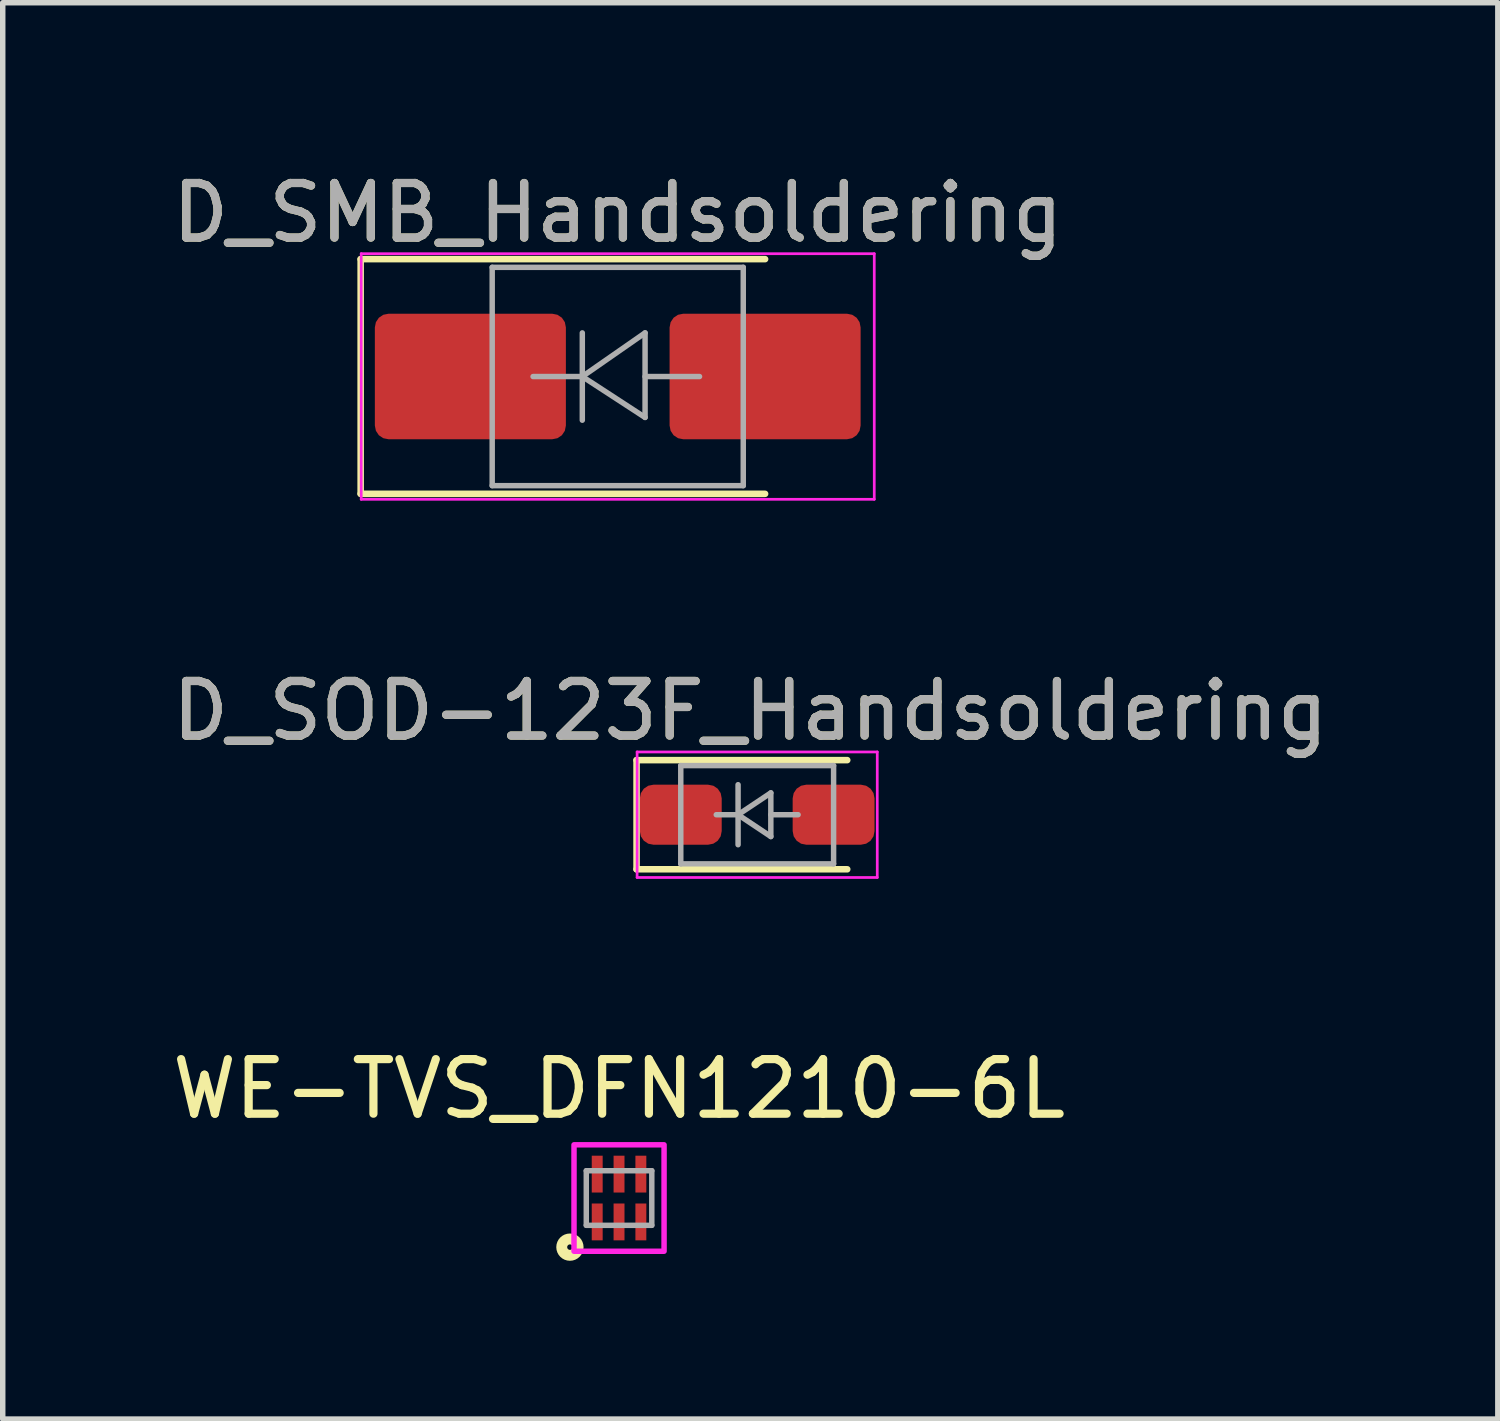
<source format=kicad_pcb>
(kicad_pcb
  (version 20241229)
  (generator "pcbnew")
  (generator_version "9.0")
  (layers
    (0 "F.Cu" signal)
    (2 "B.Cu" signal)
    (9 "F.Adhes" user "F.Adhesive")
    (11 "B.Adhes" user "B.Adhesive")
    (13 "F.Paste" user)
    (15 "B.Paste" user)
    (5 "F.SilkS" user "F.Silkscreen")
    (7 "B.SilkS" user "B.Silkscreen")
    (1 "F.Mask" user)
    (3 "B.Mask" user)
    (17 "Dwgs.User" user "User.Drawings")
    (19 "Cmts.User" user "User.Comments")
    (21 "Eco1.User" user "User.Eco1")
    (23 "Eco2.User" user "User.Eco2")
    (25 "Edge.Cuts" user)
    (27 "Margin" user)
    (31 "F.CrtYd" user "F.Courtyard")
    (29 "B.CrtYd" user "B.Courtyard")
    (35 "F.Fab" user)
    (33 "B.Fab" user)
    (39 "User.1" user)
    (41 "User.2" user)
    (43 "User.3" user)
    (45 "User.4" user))
  (footprint "D_SMB_Handsoldering"
    (layer "F.Cu")
    (at 8.268 3.848)
    (property "Reference" "D_SMB_Handsoldering" (at 0 -3 0) (layer "F.SilkS") (effects (font (size 1 1) (thickness 0.15))))
    (attr smd)
    (fp_line (start -4.71 -2.15) (end -4.71 2.15) (stroke (width 0.12) (type solid)) (layer "F.SilkS"))
    (fp_line (start -4.71 -2.15) (end 2.7 -2.15) (stroke (width 0.12) (type solid)) (layer "F.SilkS"))
    (fp_line (start -4.71 2.15) (end 2.7 2.15) (stroke (width 0.12) (type solid)) (layer "F.SilkS"))
    (fp_line (start -4.7 -2.25) (end 4.7 -2.25) (stroke (width 0.05) (type solid)) (layer "F.CrtYd"))
    (fp_line (start -4.7 2.25) (end -4.7 -2.25) (stroke (width 0.05) (type solid)) (layer "F.CrtYd"))
    (fp_line (start 4.7 -2.25) (end 4.7 2.25) (stroke (width 0.05) (type solid)) (layer "F.CrtYd"))
    (fp_line (start 4.7 2.25) (end -4.7 2.25) (stroke (width 0.05) (type solid)) (layer "F.CrtYd"))
    (fp_line (start -2.3 2) (end -2.3 -2) (stroke (width 0.1) (type solid)) (layer "F.Fab"))
    (fp_line (start -0.649 -0.799) (end -0.649 0.801) (stroke (width 0.1) (type solid)) (layer "F.Fab"))
    (fp_line (start -0.649 0.001) (end -1.551 0.001) (stroke (width 0.1) (type solid)) (layer "F.Fab"))
    (fp_line (start -0.649 0.001) (end 0.501 -0.799) (stroke (width 0.1) (type solid)) (layer "F.Fab"))
    (fp_line (start -0.649 0.001) (end 0.501 0.75) (stroke (width 0.1) (type solid)) (layer "F.Fab"))
    (fp_line (start 0.501 0.001) (end 1.499 0.001) (stroke (width 0.1) (type solid)) (layer "F.Fab"))
    (fp_line (start 0.501 0.75) (end 0.501 -0.799) (stroke (width 0.1) (type solid)) (layer "F.Fab"))
    (fp_line (start 2.3 -2) (end -2.3 -2) (stroke (width 0.1) (type solid)) (layer "F.Fab"))
    (fp_line (start 2.3 -2) (end 2.3 2) (stroke (width 0.1) (type solid)) (layer "F.Fab"))
    (fp_line (start 2.3 2) (end -2.3 2) (stroke (width 0.1) (type solid)) (layer "F.Fab"))
    (fp_text user "${REFERENCE}" (at 0 -3 0) (layer "F.Fab") (effects (font (size 1 1) (thickness 0.15))))
    (pad "1" smd roundrect (at -2.7 0) (size 3.5 2.3) (layers "F.Cu" "F.Mask" "F.Paste") (roundrect_rratio 0.109))
    (pad "2" smd roundrect (at 2.7 0) (size 3.5 2.3) (layers "F.Cu" "F.Mask" "F.Paste") (roundrect_rratio 0.109)))
  (footprint "D_SOD-123F_Handsoldering"
    (layer "F.Cu")
    (at 10.823 11.877)
    (property "Reference" "D_SOD-123F_Handsoldering" (at -0.127 -1.905 0) (layer "F.SilkS") (effects (font (size 1 1) (thickness 0.15))))
    (attr smd)
    (fp_line (start -2.21 -1) (end -2.21 1) (stroke (width 0.12) (type solid)) (layer "F.SilkS"))
    (fp_line (start -2.21 -1) (end 1.65 -1) (stroke (width 0.12) (type solid)) (layer "F.SilkS"))
    (fp_line (start -2.21 1) (end 1.65 1) (stroke (width 0.12) (type solid)) (layer "F.SilkS"))
    (fp_line (start -2.2 -1.15) (end -2.2 1.15) (stroke (width 0.05) (type solid)) (layer "F.CrtYd"))
    (fp_line (start -2.2 -1.15) (end 2.2 -1.15) (stroke (width 0.05) (type solid)) (layer "F.CrtYd"))
    (fp_line (start 2.2 -1.15) (end 2.2 1.15) (stroke (width 0.05) (type solid)) (layer "F.CrtYd"))
    (fp_line (start 2.2 1.15) (end -2.2 1.15) (stroke (width 0.05) (type solid)) (layer "F.CrtYd"))
    (fp_line (start -1.4 -0.9) (end 1.4 -0.9) (stroke (width 0.1) (type solid)) (layer "F.Fab"))
    (fp_line (start -1.4 0.9) (end -1.4 -0.9) (stroke (width 0.1) (type solid)) (layer "F.Fab"))
    (fp_line (start -0.75 0) (end -0.35 0) (stroke (width 0.1) (type solid)) (layer "F.Fab"))
    (fp_line (start -0.35 0) (end -0.35 -0.55) (stroke (width 0.1) (type solid)) (layer "F.Fab"))
    (fp_line (start -0.35 0) (end -0.35 0.55) (stroke (width 0.1) (type solid)) (layer "F.Fab"))
    (fp_line (start -0.35 0) (end 0.25 -0.4) (stroke (width 0.1) (type solid)) (layer "F.Fab"))
    (fp_line (start 0.25 -0.4) (end 0.25 0.4) (stroke (width 0.1) (type solid)) (layer "F.Fab"))
    (fp_line (start 0.25 0) (end 0.75 0) (stroke (width 0.1) (type solid)) (layer "F.Fab"))
    (fp_line (start 0.25 0.4) (end -0.35 0) (stroke (width 0.1) (type solid)) (layer "F.Fab"))
    (fp_line (start 1.4 -0.9) (end 1.4 0.9) (stroke (width 0.1) (type solid)) (layer "F.Fab"))
    (fp_line (start 1.4 0.9) (end -1.4 0.9) (stroke (width 0.1) (type solid)) (layer "F.Fab"))
    (fp_text user "${REFERENCE}" (at -0.127 -1.905 0) (layer "F.Fab") (effects (font (size 1 1) (thickness 0.15))))
    (pad "1" smd roundrect (at -1.4 0) (size 1.5 1.1) (layers "F.Cu" "F.Mask" "F.Paste") (roundrect_rratio 0.227))
    (pad "2" smd roundrect (at 1.4 0) (size 1.5 1.1) (layers "F.Cu" "F.Mask" "F.Paste") (roundrect_rratio 0.227)))
  (footprint "WE-TVS_DFN1210-6L"
    (layer "F.Cu")
    (at 8.292 18.9)
    (property "Reference" "WE-TVS_DFN1210-6L" (at 0 -2 0) (layer "F.SilkS") (effects (font (size 1 1) (thickness 0.15))))
    (attr smd)
    (fp_circle (center -0.9 0.9) (end -0.85 0.9) (stroke (width 0.2) (type solid)) (fill no) (layer "F.SilkS"))
    (fp_poly (pts (xy -0.825 -0.975) (xy 0.825 -0.975) (xy 0.825 0.975) (xy -0.825 0.975)) (stroke (width 0.1) (type solid)) (fill no) (layer "F.CrtYd"))
    (fp_line (start -0.6 -0.5) (end 0.6 -0.5) (stroke (width 0.1) (type solid)) (layer "F.Fab"))
    (fp_line (start -0.6 0.5) (end -0.6 -0.5) (stroke (width 0.1) (type solid)) (layer "F.Fab"))
    (fp_line (start 0.6 -0.5) (end 0.6 0.5) (stroke (width 0.1) (type solid)) (layer "F.Fab"))
    (fp_line (start 0.6 0.5) (end -0.6 0.5) (stroke (width 0.1) (type solid)) (layer "F.Fab"))
    (pad "1" smd rect (at -0.4 0.438 90) (size 0.675 0.2) (layers "F.Cu" "F.Mask" "F.Paste"))
    (pad "2" smd rect (at 0 0.438 90) (size 0.675 0.2) (layers "F.Cu" "F.Mask" "F.Paste"))
    (pad "3" smd rect (at 0.4 0.438 90) (size 0.675 0.2) (layers "F.Cu" "F.Mask" "F.Paste"))
    (pad "4" smd rect (at 0.4 -0.438 90) (size 0.675 0.2) (layers "F.Cu" "F.Mask" "F.Paste"))
    (pad "5" smd rect (at 0 -0.438 90) (size 0.675 0.2) (layers "F.Cu" "F.Mask" "F.Paste"))
    (pad "6" smd rect (at -0.4 -0.438 90) (size 0.675 0.2) (layers "F.Cu" "F.Mask" "F.Paste")))
  (gr_rect
    (start -3 -3)
    (end 24.393 22.95)
    (stroke (width 0.1) (type default))
    (fill no)
    (layer "Edge.Cuts")))
</source>
